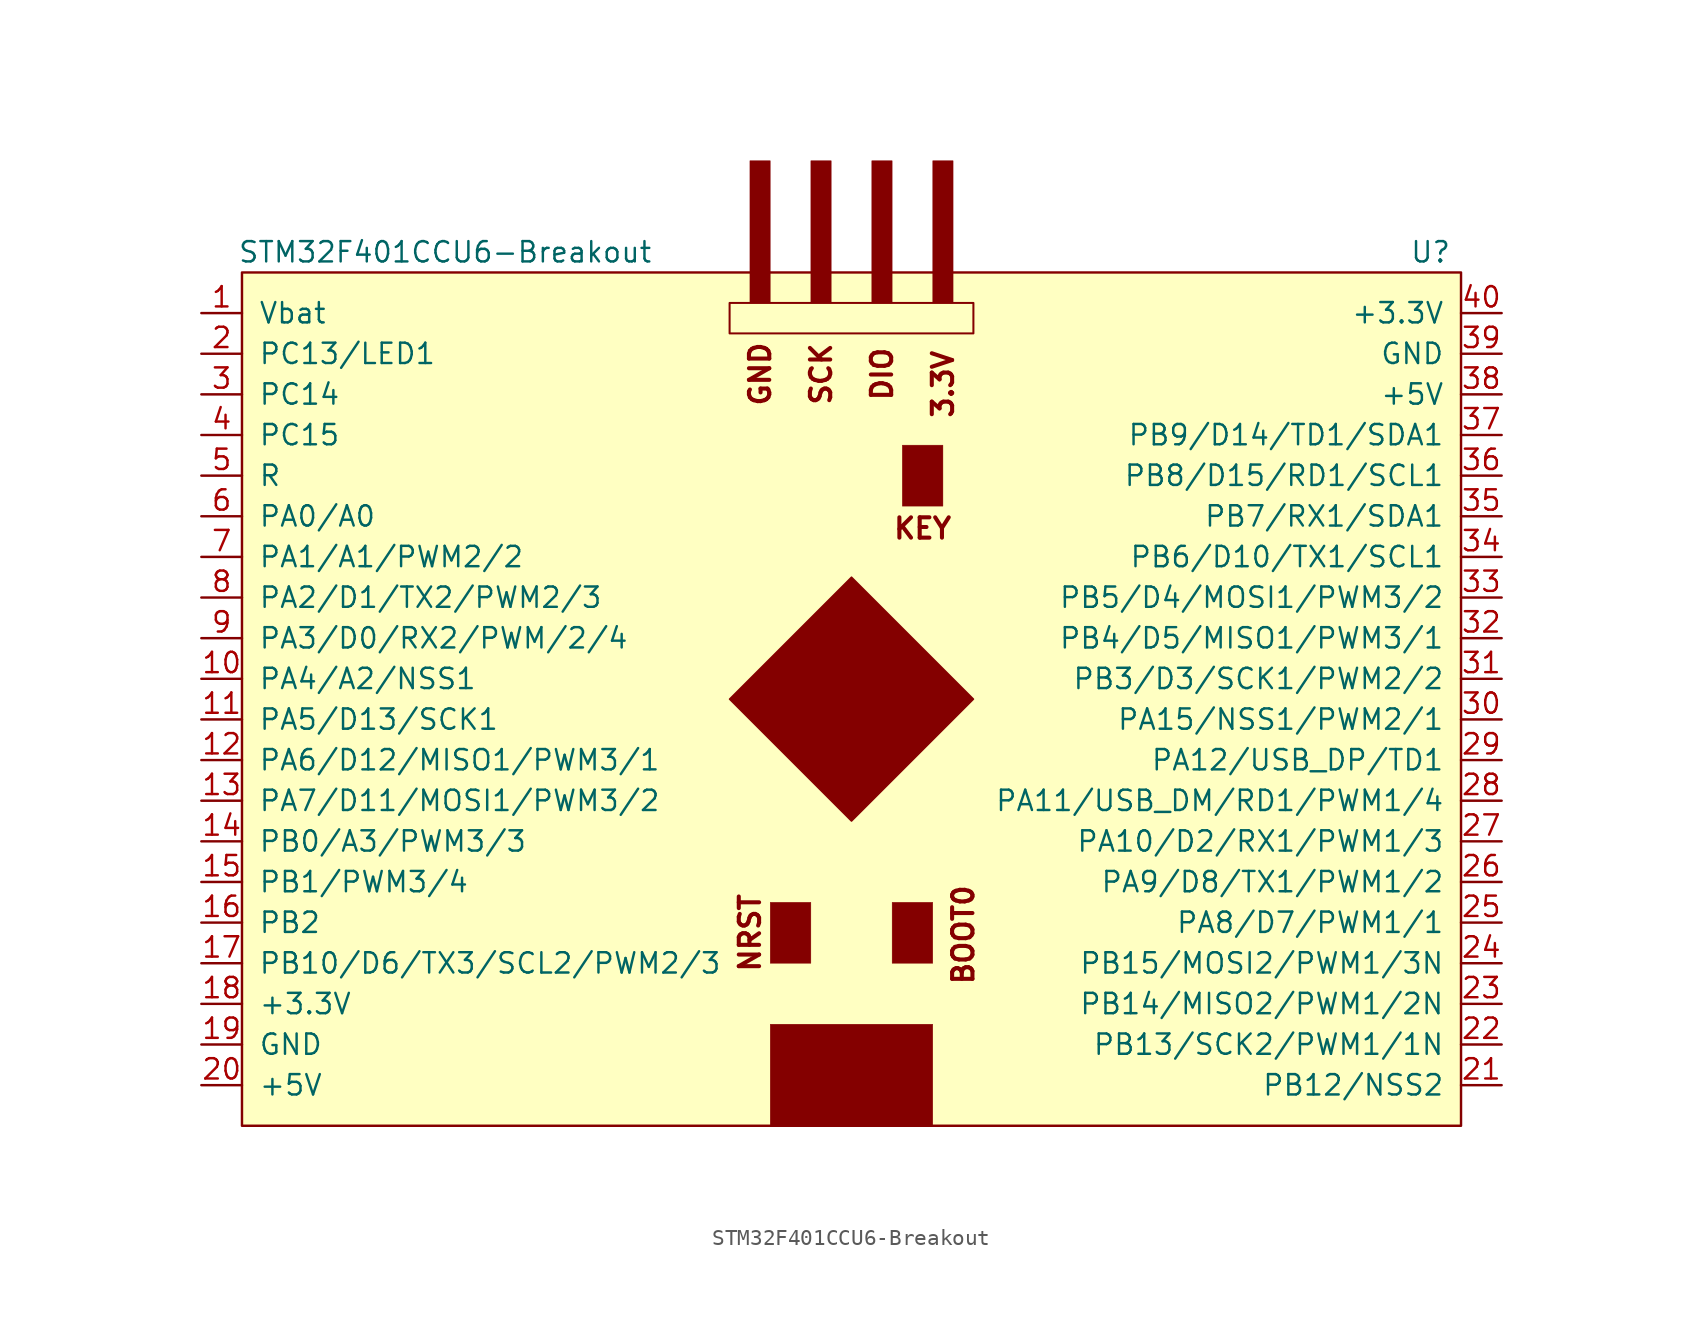
<source format=kicad_sym>
(kicad_symbol_lib
  (version 20211014)
  (generator kicad_symbol_editor)
  (symbol "STM32F401CCU6-Breakout"
    (pin_names
      (offset 1.016))
    (property "Reference" "U"
      (at 36.195 27.94 0)
      (effects (font (size 1.27 1.27))))
    (property "Value" "STM32F401CCU6-Breakout"
      (at -25.4 27.94 0)
      (effects (font (size 1.27 1.27))))
    (symbol "STM32F401CCU6-Breakout_0_0"
      (rectangle (start -6.35 24.765) (end -5.08 33.655) (stroke (width 0.025) (type default) (color 0 0 0 0)) (fill (type outline)))
      (rectangle (start -2.54 24.765) (end -1.27 33.655) (stroke (width 0.025) (type default) (color 0 0 0 0)) (fill (type outline)))
      (polyline (pts (xy -7.62 24.765) (xy 7.62 24.765) (xy 7.62 22.86) (xy -7.62 22.86) (xy -7.62 24.765)) (stroke (width 0.127) (type default) (color 0 0 0 0)) (fill (type background)))
      (rectangle (start 1.27 24.765) (end 2.54 33.655) (stroke (width 0.025) (type default) (color 0 0 0 0)) (fill (type outline)))
      (rectangle (start 5.08 24.765) (end 6.35 33.655) (stroke (width 0.025) (type default) (color 0 0 0 0)) (fill (type outline)))
      (text "3.3V" (at 5.715 19.685 900) (effects (font (size 1.27 1.27) bold)))
      (text "BOOT0" (at 6.985 -14.732 900) (effects (font (size 1.27 1.27) bold)))
      (text "DIO" (at 1.905 20.32 900) (effects (font (size 1.27 1.27) bold)))
      (text "GND" (at -5.715 20.32 900) (effects (font (size 1.27 1.27) bold)))
      (text "NRST" (at -6.35 -14.605 900) (effects (font (size 1.27 1.27) bold)))
      (text "SCK" (at -1.905 20.32 900) (effects (font (size 1.27 1.27) bold))))
    (symbol "STM32F401CCU6-Breakout_0_1"
      (rectangle (start -38.1 26.67) (end 38.1 -26.67) (stroke (width 0) (type default) (color 0 0 0 0)) (fill (type background)))
      (rectangle (start -5.08 -12.7) (end -2.54 -16.51) (stroke (width 0.025) (type default) (color 0 0 0 0)) (fill (type outline)))
      (polyline (pts (xy -7.62 0) (xy 0 7.62) (xy 7.62 0) (xy 0 -7.62) (xy -7.62 0)) (stroke (width 0.102) (type default) (color 0 0 0 0)) (fill (type outline)))
      (polyline (pts (xy -5.08 -26.67) (xy -5.08 -20.32) (xy 5.08 -20.32) (xy 5.08 -24.13) (xy 5.08 -26.67)) (stroke (width 0.025) (type default) (color 0 0 0 0)) (fill (type outline)))
      (rectangle (start 2.54 -12.7) (end 5.08 -16.51) (stroke (width 0.025) (type default) (color 0 0 0 0)) (fill (type outline))))
    (symbol "STM32F401CCU6-Breakout_1_1"
      (rectangle (start 3.175 15.875) (end 5.715 12.065) (stroke (width 0.025) (type default) (color 0 0 0 0)) (fill (type outline)))
      (text "KEY" (at 4.445 10.668 0) (effects (font (size 1.27 1.27) bold)))
      (pin power_in line (at -40.64 24.13 0) (length 2.54) (name "Vbat" (effects (font (size 1.27 1.27)))) (number "1" (effects (font (size 1.27 1.27)))))
      (pin bidirectional line (at -40.64 1.27 0) (length 2.54) (name "PA4/A2/NSS1" (effects (font (size 1.27 1.27)))) (number "10" (effects (font (size 1.27 1.27)))))
      (pin bidirectional line (at -40.64 -1.27 0) (length 2.54) (name "PA5/D13/SCK1" (effects (font (size 1.27 1.27)))) (number "11" (effects (font (size 1.27 1.27)))))
      (pin bidirectional line (at -40.64 -3.81 0) (length 2.54) (name "PA6/D12/MISO1/PWM3/1" (effects (font (size 1.27 1.27)))) (number "12" (effects (font (size 1.27 1.27)))))
      (pin bidirectional line (at -40.64 -6.35 0) (length 2.54) (name "PA7/D11/MOSI1/PWM3/2" (effects (font (size 1.27 1.27)))) (number "13" (effects (font (size 1.27 1.27)))))
      (pin bidirectional line (at -40.64 -8.89 0) (length 2.54) (name "PB0/A3/PWM3/3" (effects (font (size 1.27 1.27)))) (number "14" (effects (font (size 1.27 1.27)))))
      (pin bidirectional line (at -40.64 -11.43 0) (length 2.54) (name "PB1/PWM3/4" (effects (font (size 1.27 1.27)))) (number "15" (effects (font (size 1.27 1.27)))))
      (pin bidirectional line (at -40.64 -13.97 0) (length 2.54) (name "PB2" (effects (font (size 1.27 1.27)))) (number "16" (effects (font (size 1.27 1.27)))))
      (pin bidirectional line (at -40.64 -16.51 0) (length 2.54) (name "PB10/D6/TX3/SCL2/PWM2/3" (effects (font (size 1.27 1.27)))) (number "17" (effects (font (size 1.27 1.27)))))
      (pin power_in line (at -40.64 -19.05 0) (length 2.54) (name "+3.3V" (effects (font (size 1.27 1.27)))) (number "18" (effects (font (size 1.27 1.27)))))
      (pin power_in line (at -40.64 -21.59 0) (length 2.54) (name "GND" (effects (font (size 1.27 1.27)))) (number "19" (effects (font (size 1.27 1.27)))))
      (pin bidirectional line (at -40.64 21.59 0) (length 2.54) (name "PC13/LED1" (effects (font (size 1.27 1.27)))) (number "2" (effects (font (size 1.27 1.27)))))
      (pin power_in line (at -40.64 -24.13 0) (length 2.54) (name "+5V" (effects (font (size 1.27 1.27)))) (number "20" (effects (font (size 1.27 1.27)))))
      (pin bidirectional line (at 40.64 -24.13 180) (length 2.54) (name "PB12/NSS2" (effects (font (size 1.27 1.27)))) (number "21" (effects (font (size 1.27 1.27)))))
      (pin bidirectional line (at 40.64 -21.59 180) (length 2.54) (name "PB13/SCK2/PWM1/1N" (effects (font (size 1.27 1.27)))) (number "22" (effects (font (size 1.27 1.27)))))
      (pin bidirectional line (at 40.64 -19.05 180) (length 2.54) (name "PB14/MISO2/PWM1/2N" (effects (font (size 1.27 1.27)))) (number "23" (effects (font (size 1.27 1.27)))))
      (pin bidirectional line (at 40.64 -16.51 180) (length 2.54) (name "PB15/MOSI2/PWM1/3N" (effects (font (size 1.27 1.27)))) (number "24" (effects (font (size 1.27 1.27)))))
      (pin bidirectional line (at 40.64 -13.97 180) (length 2.54) (name "PA8/D7/PWM1/1" (effects (font (size 1.27 1.27)))) (number "25" (effects (font (size 1.27 1.27)))))
      (pin bidirectional line (at 40.64 -11.43 180) (length 2.54) (name "PA9/D8/TX1/PWM1/2" (effects (font (size 1.27 1.27)))) (number "26" (effects (font (size 1.27 1.27)))))
      (pin bidirectional line (at 40.64 -8.89 180) (length 2.54) (name "PA10/D2/RX1/PWM1/3" (effects (font (size 1.27 1.27)))) (number "27" (effects (font (size 1.27 1.27)))))
      (pin bidirectional line (at 40.64 -6.35 180) (length 2.54) (name "PA11/USB_DM/RD1/PWM1/4" (effects (font (size 1.27 1.27)))) (number "28" (effects (font (size 1.27 1.27)))))
      (pin bidirectional line (at 40.64 -3.81 180) (length 2.54) (name "PA12/USB_DP/TD1" (effects (font (size 1.27 1.27)))) (number "29" (effects (font (size 1.27 1.27)))))
      (pin bidirectional line (at -40.64 19.05 0) (length 2.54) (name "PC14" (effects (font (size 1.27 1.27)))) (number "3" (effects (font (size 1.27 1.27)))))
      (pin bidirectional line (at 40.64 -1.27 180) (length 2.54) (name "PA15/NSS1/PWM2/1" (effects (font (size 1.27 1.27)))) (number "30" (effects (font (size 1.27 1.27)))))
      (pin bidirectional line (at 40.64 1.27 180) (length 2.54) (name "PB3/D3/SCK1/PWM2/2" (effects (font (size 1.27 1.27)))) (number "31" (effects (font (size 1.27 1.27)))))
      (pin bidirectional line (at 40.64 3.81 180) (length 2.54) (name "PB4/D5/MISO1/PWM3/1" (effects (font (size 1.27 1.27)))) (number "32" (effects (font (size 1.27 1.27)))))
      (pin bidirectional line (at 40.64 6.35 180) (length 2.54) (name "PB5/D4/MOSI1/PWM3/2" (effects (font (size 1.27 1.27)))) (number "33" (effects (font (size 1.27 1.27)))))
      (pin bidirectional line (at 40.64 8.89 180) (length 2.54) (name "PB6/D10/TX1/SCL1" (effects (font (size 1.27 1.27)))) (number "34" (effects (font (size 1.27 1.27)))))
      (pin bidirectional line (at 40.64 11.43 180) (length 2.54) (name "PB7/RX1/SDA1" (effects (font (size 1.27 1.27)))) (number "35" (effects (font (size 1.27 1.27)))))
      (pin bidirectional line (at 40.64 13.97 180) (length 2.54) (name "PB8/D15/RD1/SCL1" (effects (font (size 1.27 1.27)))) (number "36" (effects (font (size 1.27 1.27)))))
      (pin bidirectional line (at 40.64 16.51 180) (length 2.54) (name "PB9/D14/TD1/SDA1" (effects (font (size 1.27 1.27)))) (number "37" (effects (font (size 1.27 1.27)))))
      (pin power_in line (at 40.64 19.05 180) (length 2.54) (name "+5V" (effects (font (size 1.27 1.27)))) (number "38" (effects (font (size 1.27 1.27)))))
      (pin power_in line (at 40.64 21.59 180) (length 2.54) (name "GND" (effects (font (size 1.27 1.27)))) (number "39" (effects (font (size 1.27 1.27)))))
      (pin bidirectional line (at -40.64 16.51 0) (length 2.54) (name "PC15" (effects (font (size 1.27 1.27)))) (number "4" (effects (font (size 1.27 1.27)))))
      (pin power_in line (at 40.64 24.13 180) (length 2.54) (name "+3.3V" (effects (font (size 1.27 1.27)))) (number "40" (effects (font (size 1.27 1.27)))))
      (pin input line (at -40.64 13.97 0) (length 2.54) (name "R" (effects (font (size 1.27 1.27)))) (number "5" (effects (font (size 1.27 1.27)))))
      (pin bidirectional line (at -40.64 11.43 0) (length 2.54) (name "PA0/A0" (effects (font (size 1.27 1.27)))) (number "6" (effects (font (size 1.27 1.27)))))
      (pin bidirectional line (at -40.64 8.89 0) (length 2.54) (name "PA1/A1/PWM2/2" (effects (font (size 1.27 1.27)))) (number "7" (effects (font (size 1.27 1.27)))))
      (pin bidirectional line (at -40.64 6.35 0) (length 2.54) (name "PA2/D1/TX2/PWM2/3" (effects (font (size 1.27 1.27)))) (number "8" (effects (font (size 1.27 1.27)))))
      (pin bidirectional line (at -40.64 3.81 0) (length 2.54) (name "PA3/D0/RX2/PWM/2/4" (effects (font (size 1.27 1.27)))) (number "9" (effects (font (size 1.27 1.27))))))))
</source>
